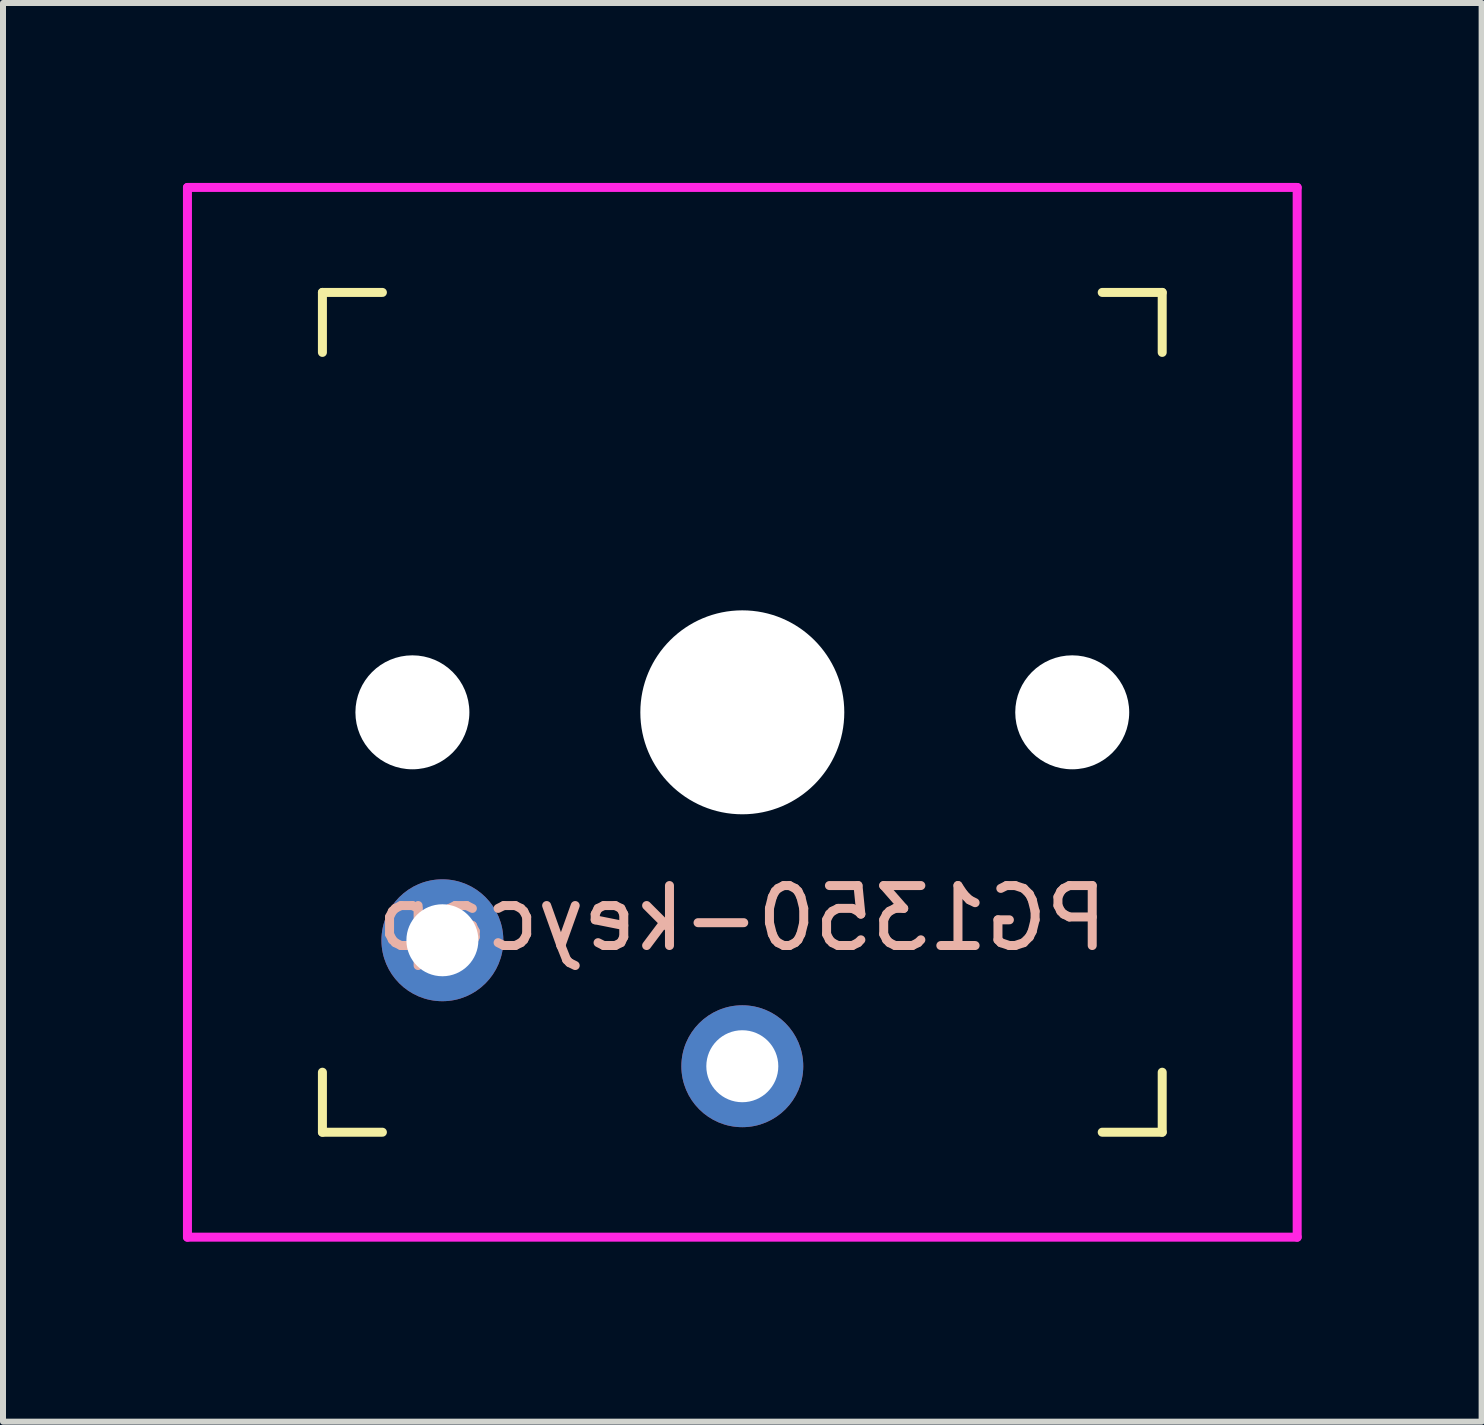
<source format=kicad_pcb>
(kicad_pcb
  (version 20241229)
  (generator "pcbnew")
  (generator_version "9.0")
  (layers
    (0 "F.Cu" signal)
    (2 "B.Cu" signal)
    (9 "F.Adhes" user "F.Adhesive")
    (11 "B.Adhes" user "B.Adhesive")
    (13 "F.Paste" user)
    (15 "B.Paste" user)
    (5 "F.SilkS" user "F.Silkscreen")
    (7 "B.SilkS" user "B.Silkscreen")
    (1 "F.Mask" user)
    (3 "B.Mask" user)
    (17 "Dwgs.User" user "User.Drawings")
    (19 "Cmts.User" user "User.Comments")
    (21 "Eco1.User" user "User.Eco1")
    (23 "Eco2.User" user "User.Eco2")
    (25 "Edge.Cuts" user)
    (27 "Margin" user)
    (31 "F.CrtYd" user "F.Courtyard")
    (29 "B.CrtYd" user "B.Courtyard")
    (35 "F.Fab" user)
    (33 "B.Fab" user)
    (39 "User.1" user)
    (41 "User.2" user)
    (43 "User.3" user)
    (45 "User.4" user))
  (footprint "PG1350-keycap"
    (layer "F.Cu")
    (at 9.325 8.825)
    (property "Reference" "PG1350-keycap" (at 0 3.433 0) (layer "B.SilkS") (effects (font (size 1 1) (thickness 0.15)) (justify mirror)))
    (attr through_hole)
    (fp_line (start -7 -7) (end -6 -7) (stroke (width 0.15) (type solid)) (layer "F.SilkS"))
    (fp_line (start -7 -6) (end -7 -7) (stroke (width 0.15) (type solid)) (layer "F.SilkS"))
    (fp_line (start -7 7) (end -7 6) (stroke (width 0.15) (type solid)) (layer "F.SilkS"))
    (fp_line (start -6 7) (end -7 7) (stroke (width 0.15) (type solid)) (layer "F.SilkS"))
    (fp_line (start 6 -7) (end 7 -7) (stroke (width 0.15) (type solid)) (layer "F.SilkS"))
    (fp_line (start 7 -7) (end 7 -6) (stroke (width 0.15) (type solid)) (layer "F.SilkS"))
    (fp_line (start 7 6) (end 7 7) (stroke (width 0.15) (type solid)) (layer "F.SilkS"))
    (fp_line (start 7 7) (end 6 7) (stroke (width 0.15) (type solid)) (layer "F.SilkS"))
    (fp_line (start -7.5 -7.5) (end 7.5 -7.5) (stroke (width 0.15) (type solid)) (layer "Eco2.User"))
    (fp_line (start -7.5 7.5) (end -7.5 -7.5) (stroke (width 0.15) (type solid)) (layer "Eco2.User"))
    (fp_line (start -6.9 6.9) (end -6.9 -6.9) (stroke (width 0.15) (type solid)) (layer "Eco2.User"))
    (fp_line (start -6.9 6.9) (end 6.9 6.9) (stroke (width 0.15) (type solid)) (layer "Eco2.User"))
    (fp_line (start -2.6 -3.1) (end -2.6 -6.3) (stroke (width 0.15) (type solid)) (layer "Eco2.User"))
    (fp_line (start -2.6 -3.1) (end 2.6 -3.1) (stroke (width 0.15) (type solid)) (layer "Eco2.User"))
    (fp_line (start 2.6 -6.3) (end -2.6 -6.3) (stroke (width 0.15) (type solid)) (layer "Eco2.User"))
    (fp_line (start 2.6 -3.1) (end 2.6 -6.3) (stroke (width 0.15) (type solid)) (layer "Eco2.User"))
    (fp_line (start 6.9 -6.9) (end -6.9 -6.9) (stroke (width 0.15) (type solid)) (layer "Eco2.User"))
    (fp_line (start 6.9 -6.9) (end 6.9 6.9) (stroke (width 0.15) (type solid)) (layer "Eco2.User"))
    (fp_line (start 7.5 -7.5) (end 7.5 7.5) (stroke (width 0.15) (type solid)) (layer "Eco2.User"))
    (fp_line (start 7.5 7.5) (end -7.5 7.5) (stroke (width 0.15) (type solid)) (layer "Eco2.User"))
    (fp_line (start -9.25 -8.75) (end -9.25 8.75) (stroke (width 0.15) (type solid)) (layer "F.CrtYd"))
    (fp_line (start -9.25 8.75) (end 9.25 8.75) (stroke (width 0.15) (type solid)) (layer "F.CrtYd"))
    (fp_line (start 9.25 -8.75) (end -9.25 -8.75) (stroke (width 0.15) (type solid)) (layer "F.CrtYd"))
    (fp_line (start 9.25 8.75) (end 9.25 -8.75) (stroke (width 0.15) (type solid)) (layer "F.CrtYd"))
    (pad "" np_thru_hole circle (at -5.5 0) (size 1.9 1.9) (drill 1.9) (layers "*.Cu" "*.Mask"))
    (pad "" np_thru_hole circle (at 0 0) (size 3.4 3.4) (drill 3.4) (layers "*.Cu" "*.Mask"))
    (pad "" np_thru_hole circle (at 5.5 0) (size 1.9 1.9) (drill 1.9) (layers "*.Cu" "*.Mask"))
    (pad "1" thru_hole circle (at 0 5.9) (size 2.032 2.032) (drill 1.2) (layers "*.Cu" "*.Mask"))
    (pad "2" thru_hole circle (at -5 3.8) (size 2.032 2.032) (drill 1.2) (layers "*.Cu" "*.Mask")))
  (gr_rect
    (start -3 -3)
    (end 21.65 20.65)
    (stroke (width 0.1) (type default))
    (fill no)
    (layer "Edge.Cuts")))
</source>
